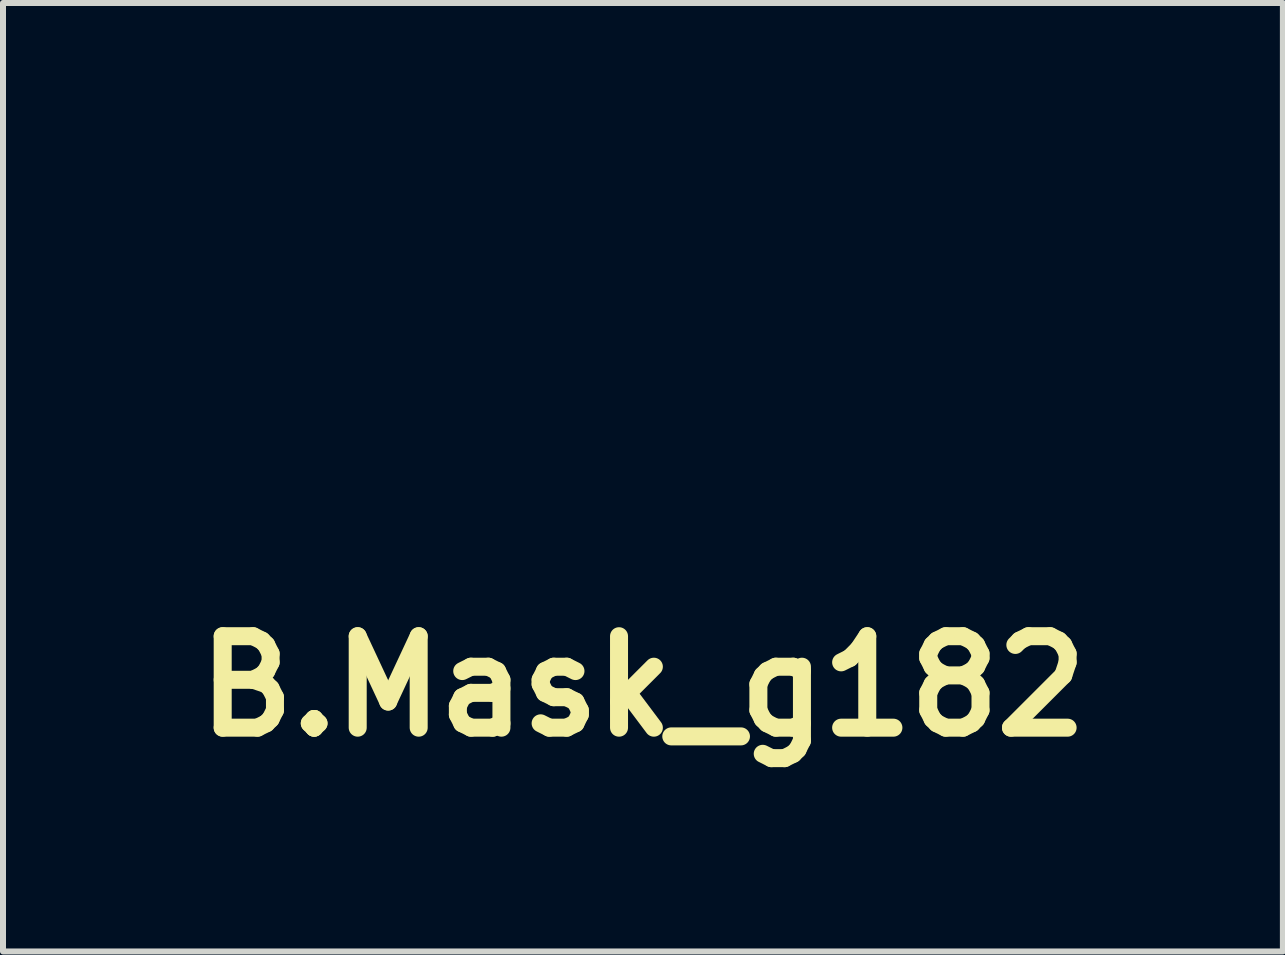
<source format=kicad_pcb>
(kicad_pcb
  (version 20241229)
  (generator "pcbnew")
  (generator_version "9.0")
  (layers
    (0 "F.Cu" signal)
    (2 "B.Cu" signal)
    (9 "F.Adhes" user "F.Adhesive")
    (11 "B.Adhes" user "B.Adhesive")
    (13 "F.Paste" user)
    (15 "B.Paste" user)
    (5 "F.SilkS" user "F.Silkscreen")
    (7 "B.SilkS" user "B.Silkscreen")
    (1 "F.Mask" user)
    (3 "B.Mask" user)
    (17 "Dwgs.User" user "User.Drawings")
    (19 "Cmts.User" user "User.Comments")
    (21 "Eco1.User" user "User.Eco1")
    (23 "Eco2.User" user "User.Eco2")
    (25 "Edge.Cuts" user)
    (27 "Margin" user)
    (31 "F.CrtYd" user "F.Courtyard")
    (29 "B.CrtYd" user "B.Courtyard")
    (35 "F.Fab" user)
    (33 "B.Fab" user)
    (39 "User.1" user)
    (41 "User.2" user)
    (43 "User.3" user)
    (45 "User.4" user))
  (footprint "B.Mask_g182"
    (layer "F.Cu")
    (at 7.664 8.386)
    (property "Reference" "B.Mask_g182" (at 0 0 0) (layer "F.SilkS") (effects (font (size 1.524 1.524) (thickness 0.3))))
    (attr through_hole)
    (fp_poly (pts (xy -2.574 -6.03) (xy -2.535 -6.019) (xy -2.493 -5.994) (xy -2.437 -5.951) (xy -2.359 -5.883) (xy -2.359 -5.883) (xy -2.287 -5.816) (xy -2.226 -5.754) (xy -2.185 -5.705) (xy -2.171 -5.683) (xy -2.164 -5.614) (xy -2.189 -5.553) (xy -2.24 -5.508) (xy -2.306 -5.488) (xy -2.372 -5.497) (xy -2.434 -5.521) (xy -2.434 -5.207) (xy -2.435 -5.071) (xy -2.439 -4.972) (xy -2.449 -4.904) (xy -2.467 -4.861) (xy -2.496 -4.838) (xy -2.538 -4.828) (xy -2.593 -4.826) (xy -2.666 -4.834) (xy -2.716 -4.857) (xy -2.718 -4.859) (xy -2.729 -4.875) (xy -2.737 -4.901) (xy -2.743 -4.944) (xy -2.747 -5.008) (xy -2.75 -5.097) (xy -2.751 -5.218) (xy -2.752 -5.375) (xy -2.752 -5.422) (xy -2.751 -5.594) (xy -2.748 -5.741) (xy -2.744 -5.858) (xy -2.739 -5.941) (xy -2.732 -5.986) (xy -2.73 -5.992) (xy -2.701 -6.02) (xy -2.648 -6.032) (xy -2.618 -6.032) (xy -2.574 -6.03)) (stroke (width 0.01) (type solid)) (fill yes) (layer "B.Mask"))
    (fp_poly (pts (xy -1.904 -6.029) (xy -1.865 -6.015) (xy -1.82 -5.986) (xy -1.758 -5.937) (xy -1.686 -5.873) (xy -1.599 -5.794) (xy -1.54 -5.737) (xy -1.506 -5.694) (xy -1.491 -5.661) (xy -1.491 -5.631) (xy -1.496 -5.614) (xy -1.54 -5.54) (xy -1.604 -5.496) (xy -1.678 -5.485) (xy -1.737 -5.504) (xy -1.753 -5.511) (xy -1.764 -5.507) (xy -1.771 -5.488) (xy -1.775 -5.447) (xy -1.777 -5.378) (xy -1.778 -5.277) (xy -1.778 -5.201) (xy -1.779 -5.056) (xy -1.784 -4.951) (xy -1.792 -4.884) (xy -1.803 -4.852) (xy -1.803 -4.851) (xy -1.846 -4.832) (xy -1.911 -4.826) (xy -1.98 -4.831) (xy -2.036 -4.847) (xy -2.056 -4.861) (xy -2.065 -4.881) (xy -2.072 -4.918) (xy -2.078 -4.976) (xy -2.081 -5.061) (xy -2.084 -5.176) (xy -2.085 -5.327) (xy -2.085 -5.444) (xy -2.085 -5.617) (xy -2.084 -5.752) (xy -2.081 -5.854) (xy -2.076 -5.928) (xy -2.066 -5.978) (xy -2.051 -6.008) (xy -2.029 -6.025) (xy -2 -6.031) (xy -1.962 -6.032) (xy -1.943 -6.032) (xy -1.904 -6.029)) (stroke (width 0.01) (type solid)) (fill yes) (layer "B.Mask"))
    (fp_poly (pts (xy -0.59 -6.032) (xy -0.511 -6.03) (xy -0.459 -6.025) (xy -0.428 -6.017) (xy -0.411 -6.004) (xy -0.403 -5.992) (xy -0.396 -5.957) (xy -0.39 -5.883) (xy -0.385 -5.776) (xy -0.382 -5.638) (xy -0.381 -5.473) (xy -0.381 -5.435) (xy -0.381 -5.269) (xy -0.383 -5.14) (xy -0.385 -5.043) (xy -0.39 -4.973) (xy -0.396 -4.925) (xy -0.404 -4.893) (xy -0.414 -4.873) (xy -0.43 -4.853) (xy -0.452 -4.84) (xy -0.487 -4.832) (xy -0.542 -4.828) (xy -0.627 -4.827) (xy -0.705 -4.828) (xy -0.856 -4.832) (xy -0.972 -4.843) (xy -1.05 -4.86) (xy -1.05 -4.86) (xy -1.155 -4.915) (xy -1.258 -4.998) (xy -1.344 -5.099) (xy -1.368 -5.136) (xy -1.41 -5.239) (xy -1.434 -5.365) (xy -1.436 -5.434) (xy -1.133 -5.434) (xy -1.117 -5.34) (xy -1.066 -5.251) (xy -1.025 -5.208) (xy -0.976 -5.17) (xy -0.929 -5.151) (xy -0.867 -5.144) (xy -0.825 -5.144) (xy -0.699 -5.144) (xy -0.699 -5.736) (xy -0.784 -5.736) (xy -0.901 -5.72) (xy -0.997 -5.675) (xy -1.07 -5.608) (xy -1.116 -5.526) (xy -1.133 -5.434) (xy -1.436 -5.434) (xy -1.437 -5.497) (xy -1.419 -5.617) (xy -1.418 -5.621) (xy -1.375 -5.716) (xy -1.302 -5.815) (xy -1.211 -5.903) (xy -1.113 -5.971) (xy -1.091 -5.983) (xy -1.042 -6.003) (xy -0.994 -6.017) (xy -0.937 -6.026) (xy -0.861 -6.03) (xy -0.756 -6.032) (xy -0.705 -6.032) (xy -0.59 -6.032)) (stroke (width 0.01) (type solid)) (fill yes) (layer "B.Mask"))
    (fp_poly (pts (xy 1.784 -6.021) (xy 1.825 -5.995) (xy 1.846 -5.962) (xy 1.881 -5.899) (xy 1.926 -5.811) (xy 1.979 -5.704) (xy 2.037 -5.586) (xy 2.096 -5.461) (xy 2.154 -5.337) (xy 2.208 -5.22) (xy 2.255 -5.115) (xy 2.292 -5.029) (xy 2.316 -4.968) (xy 2.324 -4.938) (xy 2.324 -4.937) (xy 2.299 -4.897) (xy 2.248 -4.856) (xy 2.187 -4.823) (xy 2.13 -4.809) (xy 2.117 -4.809) (xy 2.082 -4.822) (xy 2.048 -4.857) (xy 2.008 -4.921) (xy 1.994 -4.948) (xy 1.924 -5.08) (xy 1.505 -5.08) (xy 1.435 -4.948) (xy 1.384 -4.865) (xy 1.336 -4.819) (xy 1.284 -4.806) (xy 1.228 -4.819) (xy 1.181 -4.847) (xy 1.136 -4.888) (xy 1.106 -4.929) (xy 1.101 -4.947) (xy 1.11 -4.974) (xy 1.135 -5.032) (xy 1.172 -5.117) (xy 1.22 -5.22) (xy 1.275 -5.336) (xy 1.279 -5.344) (xy 1.63 -5.344) (xy 1.649 -5.338) (xy 1.696 -5.334) (xy 1.714 -5.334) (xy 1.768 -5.336) (xy 1.797 -5.342) (xy 1.799 -5.344) (xy 1.79 -5.372) (xy 1.769 -5.418) (xy 1.743 -5.464) (xy 1.722 -5.497) (xy 1.714 -5.503) (xy 1.699 -5.487) (xy 1.675 -5.446) (xy 1.651 -5.398) (xy 1.633 -5.358) (xy 1.63 -5.344) (xy 1.279 -5.344) (xy 1.334 -5.46) (xy 1.394 -5.583) (xy 1.452 -5.702) (xy 1.505 -5.808) (xy 1.55 -5.896) (xy 1.584 -5.96) (xy 1.604 -5.994) (xy 1.605 -5.995) (xy 1.653 -6.024) (xy 1.719 -6.032) (xy 1.784 -6.021)) (stroke (width 0.01) (type solid)) (fill yes) (layer "B.Mask"))
    (fp_poly (pts (xy 2.886 -6.045) (xy 2.941 -6.028) (xy 2.984 -6.008) (xy 3.081 -5.936) (xy 3.145 -5.838) (xy 3.173 -5.72) (xy 3.175 -5.687) (xy 3.159 -5.569) (xy 3.11 -5.474) (xy 3.027 -5.399) (xy 2.905 -5.341) (xy 2.881 -5.333) (xy 2.775 -5.299) (xy 2.703 -5.273) (xy 2.658 -5.253) (xy 2.635 -5.235) (xy 2.626 -5.215) (xy 2.625 -5.198) (xy 2.64 -5.139) (xy 2.683 -5.107) (xy 2.744 -5.101) (xy 2.817 -5.122) (xy 2.896 -5.172) (xy 2.9 -5.175) (xy 2.98 -5.23) (xy 3.048 -5.246) (xy 3.109 -5.225) (xy 3.144 -5.193) (xy 3.187 -5.13) (xy 3.192 -5.069) (xy 3.16 -5.004) (xy 3.105 -4.944) (xy 2.99 -4.861) (xy 2.858 -4.815) (xy 2.717 -4.807) (xy 2.575 -4.838) (xy 2.572 -4.839) (xy 2.464 -4.898) (xy 2.38 -4.983) (xy 2.327 -5.087) (xy 2.305 -5.199) (xy 2.32 -5.314) (xy 2.344 -5.375) (xy 2.395 -5.449) (xy 2.466 -5.504) (xy 2.567 -5.545) (xy 2.615 -5.558) (xy 2.732 -5.59) (xy 2.811 -5.619) (xy 2.855 -5.648) (xy 2.869 -5.679) (xy 2.856 -5.716) (xy 2.848 -5.727) (xy 2.802 -5.758) (xy 2.736 -5.761) (xy 2.664 -5.737) (xy 2.63 -5.715) (xy 2.581 -5.685) (xy 2.544 -5.679) (xy 2.501 -5.692) (xy 2.449 -5.729) (xy 2.404 -5.783) (xy 2.401 -5.789) (xy 2.378 -5.838) (xy 2.376 -5.87) (xy 2.395 -5.908) (xy 2.399 -5.914) (xy 2.46 -5.977) (xy 2.55 -6.02) (xy 2.672 -6.044) (xy 2.731 -6.048) (xy 2.821 -6.051) (xy 2.886 -6.045)) (stroke (width 0.01) (type solid)) (fill yes) (layer "B.Mask"))
    (fp_poly (pts (xy 0.924 -6.032) (xy 0.961 -6.027) (xy 0.988 -6.014) (xy 1.008 -5.987) (xy 1.022 -5.942) (xy 1.03 -5.875) (xy 1.035 -5.78) (xy 1.037 -5.654) (xy 1.037 -5.492) (xy 1.037 -5.431) (xy 1.037 -5.255) (xy 1.036 -5.118) (xy 1.032 -5.013) (xy 1.024 -4.937) (xy 1.012 -4.885) (xy 0.993 -4.852) (xy 0.967 -4.835) (xy 0.933 -4.828) (xy 0.888 -4.826) (xy 0.874 -4.826) (xy 0.822 -4.829) (xy 0.784 -4.842) (xy 0.758 -4.87) (xy 0.741 -4.92) (xy 0.73 -4.997) (xy 0.723 -5.108) (xy 0.72 -5.182) (xy 0.709 -5.469) (xy 0.598 -5.316) (xy 0.518 -5.216) (xy 0.449 -5.155) (xy 0.385 -5.133) (xy 0.322 -5.15) (xy 0.253 -5.206) (xy 0.175 -5.302) (xy 0.164 -5.316) (xy 0.053 -5.469) (xy 0.042 -5.182) (xy 0.035 -5.045) (xy 0.026 -4.946) (xy 0.014 -4.885) (xy 0.003 -4.861) (xy -0.041 -4.836) (xy -0.106 -4.826) (xy -0.175 -4.831) (xy -0.231 -4.85) (xy -0.242 -4.859) (xy -0.252 -4.875) (xy -0.26 -4.901) (xy -0.266 -4.944) (xy -0.27 -5.007) (xy -0.273 -5.096) (xy -0.275 -5.216) (xy -0.275 -5.371) (xy -0.275 -5.429) (xy -0.275 -5.605) (xy -0.274 -5.742) (xy -0.27 -5.847) (xy -0.263 -5.922) (xy -0.251 -5.974) (xy -0.234 -6.006) (xy -0.209 -6.024) (xy -0.175 -6.031) (xy -0.133 -6.032) (xy -0.116 -6.032) (xy -0.076 -6.032) (xy -0.044 -6.026) (xy -0.013 -6.011) (xy 0.02 -5.983) (xy 0.062 -5.935) (xy 0.118 -5.864) (xy 0.193 -5.765) (xy 0.213 -5.738) (xy 0.273 -5.657) (xy 0.325 -5.591) (xy 0.363 -5.545) (xy 0.381 -5.527) (xy 0.381 -5.526) (xy 0.397 -5.542) (xy 0.433 -5.586) (xy 0.483 -5.651) (xy 0.544 -5.73) (xy 0.549 -5.738) (xy 0.629 -5.844) (xy 0.688 -5.921) (xy 0.733 -5.974) (xy 0.768 -6.006) (xy 0.799 -6.024) (xy 0.83 -6.031) (xy 0.868 -6.032) (xy 0.878 -6.032) (xy 0.924 -6.032)) (stroke (width 0.01) (type solid)) (fill yes) (layer "B.Mask"))
    (fp_poly (pts (xy 2.82 -8.379) (xy 3.021 -8.368) (xy 3.208 -8.347) (xy 3.37 -8.318) (xy 3.397 -8.311) (xy 3.574 -8.255) (xy 3.757 -8.179) (xy 3.932 -8.09) (xy 4.086 -7.995) (xy 4.166 -7.935) (xy 4.34 -7.765) (xy 4.494 -7.564) (xy 4.623 -7.338) (xy 4.722 -7.095) (xy 4.743 -7.027) (xy 4.768 -6.908) (xy 4.787 -6.758) (xy 4.799 -6.588) (xy 4.804 -6.408) (xy 4.8 -6.229) (xy 4.789 -6.063) (xy 4.773 -5.943) (xy 4.703 -5.63) (xy 4.595 -5.308) (xy 4.453 -4.985) (xy 4.279 -4.664) (xy 4.077 -4.353) (xy 3.918 -4.142) (xy 3.7 -3.889) (xy 3.448 -3.634) (xy 3.17 -3.382) (xy 2.873 -3.138) (xy 2.564 -2.908) (xy 2.249 -2.697) (xy 1.937 -2.511) (xy 1.634 -2.355) (xy 1.506 -2.298) (xy 1.392 -2.252) (xy 1.313 -2.228) (xy 1.266 -2.225) (xy 1.249 -2.242) (xy 1.249 -2.244) (xy 1.265 -2.265) (xy 1.309 -2.303) (xy 1.373 -2.354) (xy 1.433 -2.398) (xy 1.678 -2.575) (xy 1.893 -2.734) (xy 2.082 -2.88) (xy 2.251 -3.016) (xy 2.406 -3.147) (xy 2.551 -3.277) (xy 2.692 -3.411) (xy 2.805 -3.522) (xy 3.086 -3.825) (xy 3.331 -4.127) (xy 3.538 -4.428) (xy 3.709 -4.726) (xy 3.842 -5.02) (xy 3.937 -5.309) (xy 3.994 -5.592) (xy 4.014 -5.867) (xy 3.994 -6.133) (xy 3.937 -6.39) (xy 3.84 -6.635) (xy 3.705 -6.868) (xy 3.53 -7.087) (xy 3.469 -7.151) (xy 3.294 -7.312) (xy 3.12 -7.441) (xy 2.933 -7.548) (xy 2.875 -7.576) (xy 2.733 -7.638) (xy 2.605 -7.682) (xy 2.481 -7.711) (xy 2.346 -7.728) (xy 2.189 -7.734) (xy 2.095 -7.734) (xy 1.916 -7.729) (xy 1.758 -7.712) (xy 1.611 -7.681) (xy 1.463 -7.633) (xy 1.301 -7.565) (xy 1.175 -7.504) (xy 0.996 -7.408) (xy 0.829 -7.299) (xy 0.664 -7.171) (xy 0.495 -7.019) (xy 0.314 -6.836) (xy 0.305 -6.826) (xy 0.218 -6.736) (xy 0.142 -6.657) (xy 0.08 -6.595) (xy 0.036 -6.555) (xy 0.018 -6.54) (xy 0.002 -6.551) (xy 0.007 -6.586) (xy 0.035 -6.648) (xy 0.086 -6.74) (xy 0.105 -6.771) (xy 0.307 -7.073) (xy 0.536 -7.349) (xy 0.787 -7.599) (xy 1.058 -7.819) (xy 1.345 -8.007) (xy 1.645 -8.16) (xy 1.954 -8.276) (xy 2.268 -8.352) (xy 2.273 -8.353) (xy 2.433 -8.372) (xy 2.62 -8.381) (xy 2.82 -8.379)) (stroke (width 0.01) (type solid)) (fill yes) (layer "B.Mask"))
    (fp_poly (pts (xy -2.456 -8.201) (xy -2.318 -8.182) (xy -1.993 -8.1) (xy -1.68 -7.979) (xy -1.381 -7.821) (xy -1.098 -7.628) (xy -0.834 -7.401) (xy -0.592 -7.143) (xy -0.374 -6.857) (xy -0.183 -6.543) (xy -0.13 -6.44) (xy -0.075 -6.324) (xy -0.046 -6.241) (xy -0.041 -6.193) (xy -0.058 -6.181) (xy -0.098 -6.204) (xy -0.16 -6.264) (xy -0.241 -6.36) (xy -0.245 -6.365) (xy -0.487 -6.643) (xy -0.744 -6.89) (xy -1.015 -7.102) (xy -1.296 -7.28) (xy -1.585 -7.419) (xy -1.878 -7.52) (xy -2.084 -7.566) (xy -2.354 -7.595) (xy -2.61 -7.584) (xy -2.85 -7.536) (xy -3.072 -7.452) (xy -3.273 -7.333) (xy -3.451 -7.181) (xy -3.603 -6.997) (xy -3.729 -6.783) (xy -3.825 -6.539) (xy -3.854 -6.439) (xy -3.891 -6.226) (xy -3.889 -6.019) (xy -3.849 -5.817) (xy -3.769 -5.617) (xy -3.65 -5.418) (xy -3.489 -5.217) (xy -3.353 -5.075) (xy -3.229 -4.959) (xy -3.096 -4.844) (xy -2.952 -4.729) (xy -2.793 -4.611) (xy -2.617 -4.49) (xy -2.421 -4.362) (xy -2.202 -4.227) (xy -1.957 -4.083) (xy -1.684 -3.928) (xy -1.379 -3.759) (xy -1.04 -3.576) (xy -0.847 -3.472) (xy -0.63 -3.357) (xy -0.447 -3.259) (xy -0.292 -3.176) (xy -0.162 -3.104) (xy -0.051 -3.043) (xy 0.045 -2.989) (xy 0.129 -2.939) (xy 0.208 -2.892) (xy 0.284 -2.844) (xy 0.362 -2.793) (xy 0.448 -2.737) (xy 0.451 -2.735) (xy 0.786 -2.502) (xy 1.08 -2.27) (xy 1.334 -2.041) (xy 1.545 -1.814) (xy 1.716 -1.59) (xy 1.844 -1.369) (xy 1.931 -1.151) (xy 1.958 -1.048) (xy 1.982 -0.899) (xy 1.986 -0.766) (xy 1.97 -0.627) (xy 1.959 -0.566) (xy 1.898 -0.379) (xy 1.801 -0.208) (xy 1.672 -0.057) (xy 1.515 0.069) (xy 1.335 0.167) (xy 1.174 0.222) (xy 1.099 0.237) (xy 1.015 0.248) (xy 0.934 0.253) (xy 0.865 0.253) (xy 0.818 0.247) (xy 0.804 0.237) (xy 0.823 0.221) (xy 0.87 0.199) (xy 0.915 0.182) (xy 1.132 0.095) (xy 1.31 -0.000444) (xy 1.449 -0.107) (xy 1.554 -0.226) (xy 1.606 -0.318) (xy 1.632 -0.378) (xy 1.649 -0.434) (xy 1.657 -0.499) (xy 1.66 -0.585) (xy 1.66 -0.646) (xy 1.646 -0.837) (xy 1.606 -1.018) (xy 1.535 -1.2) (xy 1.448 -1.365) (xy 1.353 -1.504) (xy 1.228 -1.651) (xy 1.08 -1.801) (xy 0.916 -1.945) (xy 0.745 -2.076) (xy 0.688 -2.115) (xy 0.571 -2.187) (xy 0.417 -2.274) (xy 0.231 -2.373) (xy 0.016 -2.483) (xy -0.224 -2.601) (xy -0.487 -2.727) (xy -0.769 -2.859) (xy -1.067 -2.995) (xy -1.281 -3.09) (xy -1.719 -3.287) (xy -2.119 -3.473) (xy -2.483 -3.649) (xy -2.811 -3.816) (xy -3.106 -3.975) (xy -3.37 -4.127) (xy -3.605 -4.274) (xy -3.812 -4.416) (xy -3.993 -4.554) (xy -4.151 -4.69) (xy -4.286 -4.826) (xy -4.401 -4.961) (xy -4.463 -5.046) (xy -4.572 -5.219) (xy -4.653 -5.388) (xy -4.71 -5.565) (xy -4.747 -5.762) (xy -4.763 -5.906) (xy -4.774 -6.232) (xy -4.749 -6.538) (xy -4.688 -6.825) (xy -4.593 -7.089) (xy -4.465 -7.331) (xy -4.305 -7.548) (xy -4.113 -7.738) (xy -3.89 -7.902) (xy -3.638 -8.036) (xy -3.357 -8.14) (xy -3.355 -8.14) (xy -3.206 -8.174) (xy -3.028 -8.198) (xy -2.835 -8.211) (xy -2.64 -8.212) (xy -2.456 -8.201)) (stroke (width 0.01) (type solid)) (fill yes) (layer "B.Mask")))
  (gr_rect
    (start -3 -3)
    (end 18.327 12.804)
    (stroke (width 0.1) (type default))
    (fill no)
    (layer "Edge.Cuts")))
</source>
